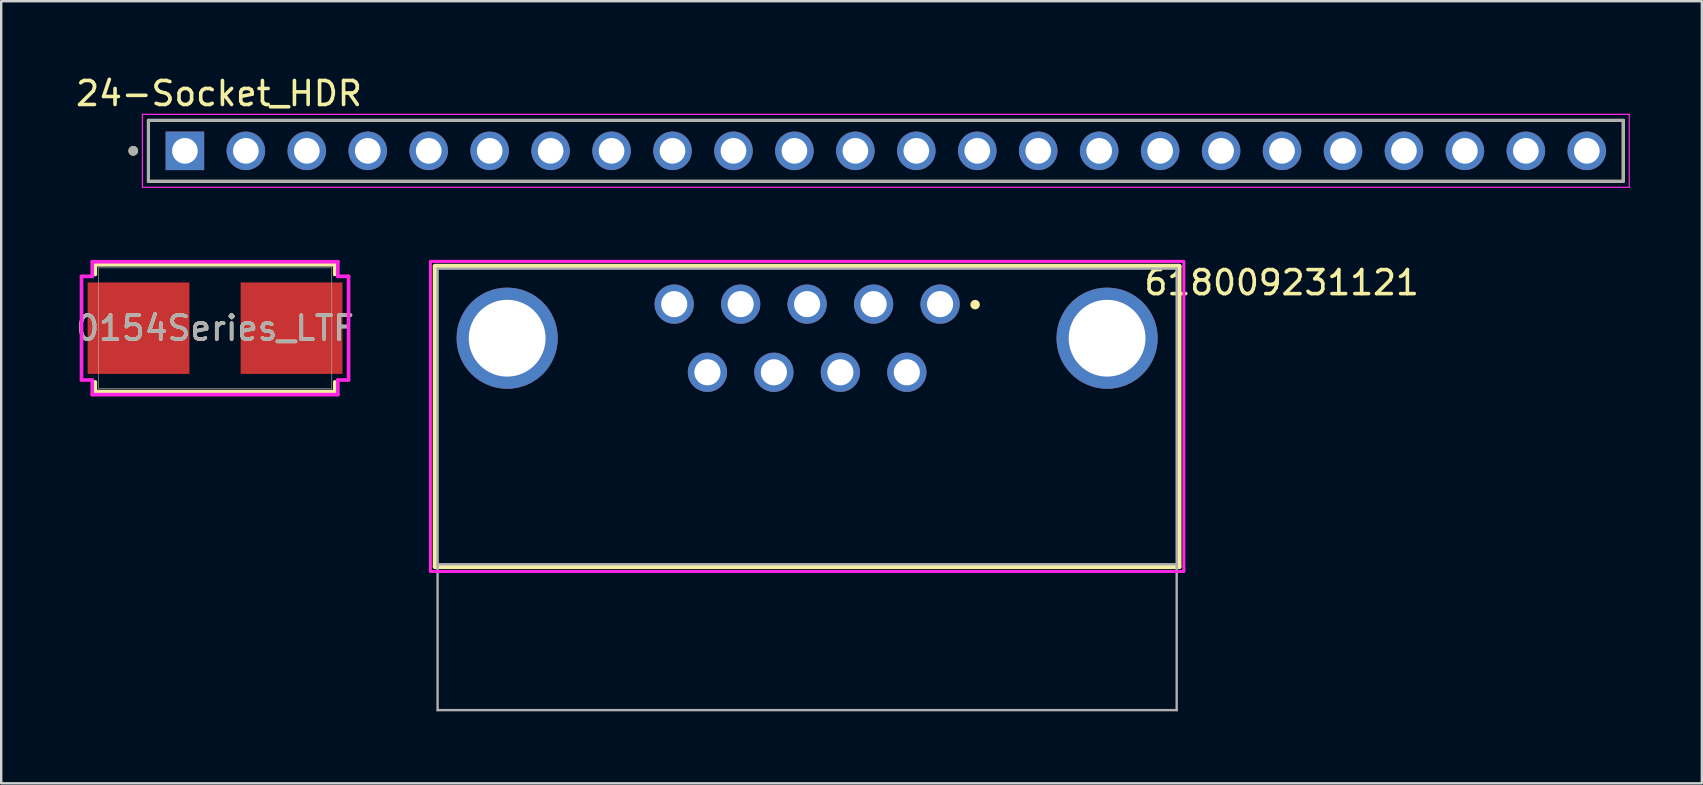
<source format=kicad_pcb>
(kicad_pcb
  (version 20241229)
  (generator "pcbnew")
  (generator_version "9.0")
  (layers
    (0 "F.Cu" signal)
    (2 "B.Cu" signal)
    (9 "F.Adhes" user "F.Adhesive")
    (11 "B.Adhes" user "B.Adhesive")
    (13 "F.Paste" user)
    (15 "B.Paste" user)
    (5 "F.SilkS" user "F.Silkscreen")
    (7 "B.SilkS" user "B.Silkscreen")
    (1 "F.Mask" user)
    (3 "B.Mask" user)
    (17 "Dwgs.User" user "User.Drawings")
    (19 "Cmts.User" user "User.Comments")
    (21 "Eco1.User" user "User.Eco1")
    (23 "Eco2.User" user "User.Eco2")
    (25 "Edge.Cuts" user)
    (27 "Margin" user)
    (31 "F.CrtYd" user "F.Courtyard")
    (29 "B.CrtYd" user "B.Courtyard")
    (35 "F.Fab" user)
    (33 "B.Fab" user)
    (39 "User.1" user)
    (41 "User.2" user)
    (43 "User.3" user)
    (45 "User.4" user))
  (footprint "24-Socket_HDR"
    (layer "F.Cu")
    (at 33.865 3.236)
    (property "Reference" "24-Socket_HDR" (at -27.788 -2.388 0) (layer "F.SilkS") (effects (font (size 1 1) (thickness 0.15))))
    (attr through_hole)
    (fp_line (start -30.73 -1.27) (end -30.73 1.27) (stroke (width 0.127) (type solid)) (layer "F.SilkS"))
    (fp_line (start -30.73 1.27) (end 30.73 1.27) (stroke (width 0.127) (type solid)) (layer "F.SilkS"))
    (fp_line (start 30.73 -1.27) (end -30.73 -1.27) (stroke (width 0.127) (type solid)) (layer "F.SilkS"))
    (fp_line (start 30.73 1.27) (end 30.73 -1.27) (stroke (width 0.127) (type solid)) (layer "F.SilkS"))
    (fp_circle (center -31.363 0) (end -31.262 0) (stroke (width 0.2) (type solid)) (fill no) (layer "F.SilkS"))
    (fp_line (start -30.98 -1.52) (end -30.98 1.52) (stroke (width 0.05) (type solid)) (layer "F.CrtYd"))
    (fp_line (start -30.98 1.52) (end 30.98 1.52) (stroke (width 0.05) (type solid)) (layer "F.CrtYd"))
    (fp_line (start 30.98 -1.52) (end -30.98 -1.52) (stroke (width 0.05) (type solid)) (layer "F.CrtYd"))
    (fp_line (start 30.98 1.52) (end 30.98 -1.52) (stroke (width 0.05) (type solid)) (layer "F.CrtYd"))
    (fp_line (start -30.73 -1.27) (end -30.73 1.27) (stroke (width 0.127) (type solid)) (layer "F.Fab"))
    (fp_line (start -30.73 1.27) (end 30.73 1.27) (stroke (width 0.127) (type solid)) (layer "F.Fab"))
    (fp_line (start 30.73 -1.27) (end -30.73 -1.27) (stroke (width 0.127) (type solid)) (layer "F.Fab"))
    (fp_line (start 30.73 1.27) (end 30.73 -1.27) (stroke (width 0.127) (type solid)) (layer "F.Fab"))
    (fp_circle (center -31.363 0) (end -31.262 0) (stroke (width 0.2) (type solid)) (fill no) (layer "F.Fab"))
    (pad "1" thru_hole rect (at -29.21 0) (size 1.605 1.605) (drill 1.07) (layers "*.Cu" "*.Mask"))
    (pad "2" thru_hole circle (at -26.67 0) (size 1.605 1.605) (drill 1.07) (layers "*.Cu" "*.Mask"))
    (pad "3" thru_hole circle (at -24.13 0) (size 1.605 1.605) (drill 1.07) (layers "*.Cu" "*.Mask"))
    (pad "4" thru_hole circle (at -21.59 0) (size 1.605 1.605) (drill 1.07) (layers "*.Cu" "*.Mask"))
    (pad "5" thru_hole circle (at -19.05 0) (size 1.605 1.605) (drill 1.07) (layers "*.Cu" "*.Mask"))
    (pad "6" thru_hole circle (at -16.51 0) (size 1.605 1.605) (drill 1.07) (layers "*.Cu" "*.Mask"))
    (pad "7" thru_hole circle (at -13.97 0) (size 1.605 1.605) (drill 1.07) (layers "*.Cu" "*.Mask"))
    (pad "8" thru_hole circle (at -11.43 0) (size 1.605 1.605) (drill 1.07) (layers "*.Cu" "*.Mask"))
    (pad "9" thru_hole circle (at -8.89 0) (size 1.605 1.605) (drill 1.07) (layers "*.Cu" "*.Mask"))
    (pad "10" thru_hole circle (at -6.35 0) (size 1.605 1.605) (drill 1.07) (layers "*.Cu" "*.Mask"))
    (pad "11" thru_hole circle (at -3.81 0) (size 1.605 1.605) (drill 1.07) (layers "*.Cu" "*.Mask"))
    (pad "12" thru_hole circle (at -1.27 0) (size 1.605 1.605) (drill 1.07) (layers "*.Cu" "*.Mask"))
    (pad "13" thru_hole circle (at 1.27 0) (size 1.605 1.605) (drill 1.07) (layers "*.Cu" "*.Mask"))
    (pad "14" thru_hole circle (at 3.81 0) (size 1.605 1.605) (drill 1.07) (layers "*.Cu" "*.Mask"))
    (pad "15" thru_hole circle (at 6.35 0) (size 1.605 1.605) (drill 1.07) (layers "*.Cu" "*.Mask"))
    (pad "16" thru_hole circle (at 8.89 0) (size 1.605 1.605) (drill 1.07) (layers "*.Cu" "*.Mask"))
    (pad "17" thru_hole circle (at 11.43 0) (size 1.605 1.605) (drill 1.07) (layers "*.Cu" "*.Mask"))
    (pad "18" thru_hole circle (at 13.97 0) (size 1.605 1.605) (drill 1.07) (layers "*.Cu" "*.Mask"))
    (pad "19" thru_hole circle (at 16.51 0) (size 1.605 1.605) (drill 1.07) (layers "*.Cu" "*.Mask"))
    (pad "20" thru_hole circle (at 19.05 0) (size 1.605 1.605) (drill 1.07) (layers "*.Cu" "*.Mask"))
    (pad "21" thru_hole circle (at 21.59 0) (size 1.605 1.605) (drill 1.07) (layers "*.Cu" "*.Mask"))
    (pad "22" thru_hole circle (at 24.13 0) (size 1.605 1.605) (drill 1.07) (layers "*.Cu" "*.Mask"))
    (pad "23" thru_hole circle (at 26.67 0) (size 1.605 1.605) (drill 1.07) (layers "*.Cu" "*.Mask"))
    (pad "24" thru_hole circle (at 29.21 0) (size 1.605 1.605) (drill 1.07) (layers "*.Cu" "*.Mask")))
  (footprint "0154Series_LTF"
    (layer "F.Cu")
    (at 5.911 10.626)
    (property "Reference" "0154Series_LTF" (at 0 0 0) (unlocked yes) (layer "F.SilkS") (effects (font (size 1 1) (thickness 0.15))))
    (attr smd)
    (fp_line (start -4.991 -2.642) (end -4.991 -2.238) (stroke (width 0.152) (type solid)) (layer "F.SilkS"))
    (fp_line (start -4.991 2.238) (end -4.991 2.642) (stroke (width 0.152) (type solid)) (layer "F.SilkS"))
    (fp_line (start -4.991 2.642) (end 4.991 2.642) (stroke (width 0.152) (type solid)) (layer "F.SilkS"))
    (fp_line (start 4.991 -2.642) (end -4.991 -2.642) (stroke (width 0.152) (type solid)) (layer "F.SilkS"))
    (fp_line (start 4.991 -2.238) (end 4.991 -2.642) (stroke (width 0.152) (type solid)) (layer "F.SilkS"))
    (fp_line (start 4.991 2.642) (end 4.991 2.238) (stroke (width 0.152) (type solid)) (layer "F.SilkS"))
    (fp_line (start -5.563 -2.159) (end -5.118 -2.159) (stroke (width 0.152) (type solid)) (layer "F.CrtYd"))
    (fp_line (start -5.563 2.159) (end -5.563 -2.159) (stroke (width 0.152) (type solid)) (layer "F.CrtYd"))
    (fp_line (start -5.118 -2.769) (end 5.118 -2.769) (stroke (width 0.152) (type solid)) (layer "F.CrtYd"))
    (fp_line (start -5.118 -2.159) (end -5.118 -2.769) (stroke (width 0.152) (type solid)) (layer "F.CrtYd"))
    (fp_line (start -5.118 2.159) (end -5.563 2.159) (stroke (width 0.152) (type solid)) (layer "F.CrtYd"))
    (fp_line (start -5.118 2.769) (end -5.118 2.159) (stroke (width 0.152) (type solid)) (layer "F.CrtYd"))
    (fp_line (start 5.118 -2.769) (end 5.118 -2.159) (stroke (width 0.152) (type solid)) (layer "F.CrtYd"))
    (fp_line (start 5.118 -2.159) (end 5.563 -2.159) (stroke (width 0.152) (type solid)) (layer "F.CrtYd"))
    (fp_line (start 5.118 2.159) (end 5.118 2.769) (stroke (width 0.152) (type solid)) (layer "F.CrtYd"))
    (fp_line (start 5.118 2.769) (end -5.118 2.769) (stroke (width 0.152) (type solid)) (layer "F.CrtYd"))
    (fp_line (start 5.563 -2.159) (end 5.563 2.159) (stroke (width 0.152) (type solid)) (layer "F.CrtYd"))
    (fp_line (start 5.563 2.159) (end 5.118 2.159) (stroke (width 0.152) (type solid)) (layer "F.CrtYd"))
    (fp_line (start -4.864 -2.515) (end -4.864 2.515) (stroke (width 0.025) (type solid)) (layer "F.Fab"))
    (fp_line (start -4.864 2.515) (end 4.864 2.515) (stroke (width 0.025) (type solid)) (layer "F.Fab"))
    (fp_line (start 4.864 -2.515) (end -4.864 -2.515) (stroke (width 0.025) (type solid)) (layer "F.Fab"))
    (fp_line (start 4.864 2.515) (end 4.864 -2.515) (stroke (width 0.025) (type solid)) (layer "F.Fab"))
    (fp_text user "${REFERENCE}" (at 0 0 0) (unlocked yes) (layer "F.Fab") (effects (font (size 1 1) (thickness 0.15))))
    (pad "1" smd rect (at -3.188 0) (size 4.242 3.81) (layers "F.Cu" "F.Mask" "F.Paste"))
    (pad "2" smd rect (at 3.188 0) (size 4.242 3.81) (layers "F.Cu" "F.Mask" "F.Paste"))
    (zone (net_name "") (layer "F.Cu") (hatch full 0.508) (connect_pads) (min_thickness 0.254) (filled_areas_thickness no) (keepout (tracks not_allowed) (vias not_allowed) (pads allowed) (copperpour not_allowed) (footprints allowed)) (placement (enabled no)) (fill) (polygon (pts (xy 1.097 8.162) (xy 10.724 8.162) (xy 10.724 8.67) (xy 1.097 8.67))))
    (zone (net_name "") (layer "F.Cu") (hatch full 0.508) (connect_pads) (min_thickness 0.254) (filled_areas_thickness no) (keepout (tracks not_allowed) (vias not_allowed) (pads allowed) (copperpour not_allowed) (footprints allowed)) (placement (enabled no)) (fill) (polygon (pts (xy 1.097 12.581) (xy 10.724 12.581) (xy 10.724 13.089) (xy 1.097 13.089))))
    (zone (net_name "") (layer "F.Cu") (hatch full 0.508) (connect_pads) (min_thickness 0.254) (filled_areas_thickness no) (keepout (tracks not_allowed) (vias not_allowed) (pads allowed) (copperpour not_allowed) (footprints allowed)) (placement (enabled no)) (fill) (polygon (pts (xy 4.641 8.67) (xy 7.181 8.67) (xy 7.181 12.581) (xy 4.641 12.581)))))
  (footprint "618009231121"
    (layer "F.Cu")
    (at 30.585 17.344)
    (property "Reference" "618009231121" (at 19.775 -8.615 0) (layer "F.SilkS") (effects (font (size 1 1) (thickness 0.15))))
    (attr through_hole)
    (fp_line (start -15.5 -9.3) (end 15.5 -9.3) (stroke (width 0.2) (type solid)) (layer "F.SilkS"))
    (fp_line (start -15.5 3.22) (end -15.5 -9.3) (stroke (width 0.2) (type solid)) (layer "F.SilkS"))
    (fp_line (start 15.5 -9.3) (end 15.5 3.22) (stroke (width 0.2) (type solid)) (layer "F.SilkS"))
    (fp_line (start 15.5 3.22) (end -15.5 3.22) (stroke (width 0.2) (type solid)) (layer "F.SilkS"))
    (fp_circle (center 7 -7.7) (end 7.1 -7.7) (stroke (width 0.2) (type solid)) (fill no) (layer "F.SilkS"))
    (fp_poly (pts (xy -15.7 -9.5) (xy 15.7 -9.5) (xy 15.7 3.42) (xy -15.7 3.42)) (stroke (width 0.127) (type solid)) (fill no) (layer "F.CrtYd"))
    (fp_line (start -15.4 -9.2) (end 15.4 -9.2) (stroke (width 0.1) (type solid)) (layer "F.Fab"))
    (fp_line (start -15.4 3.12) (end -15.4 -9.2) (stroke (width 0.1) (type solid)) (layer "F.Fab"))
    (fp_line (start -15.4 9.2) (end -15.4 3.12) (stroke (width 0.1) (type solid)) (layer "F.Fab"))
    (fp_line (start 15.4 -9.2) (end 15.4 3.12) (stroke (width 0.1) (type solid)) (layer "F.Fab"))
    (fp_line (start 15.4 3.12) (end -15.4 3.12) (stroke (width 0.1) (type solid)) (layer "F.Fab"))
    (fp_line (start 15.4 3.12) (end 15.4 9.2) (stroke (width 0.1) (type solid)) (layer "F.Fab"))
    (fp_line (start 15.4 9.2) (end -15.4 9.2) (stroke (width 0.1) (type solid)) (layer "F.Fab"))
    (pad "1" thru_hole circle (at 5.54 -7.72) (size 1.635 1.635) (drill 1.09) (layers "*.Cu" "*.Mask"))
    (pad "2" thru_hole circle (at 2.77 -7.72) (size 1.635 1.635) (drill 1.09) (layers "*.Cu" "*.Mask"))
    (pad "3" thru_hole circle (at 0 -7.72) (size 1.635 1.635) (drill 1.09) (layers "*.Cu" "*.Mask"))
    (pad "4" thru_hole circle (at -2.77 -7.72) (size 1.635 1.635) (drill 1.09) (layers "*.Cu" "*.Mask"))
    (pad "5" thru_hole circle (at -5.54 -7.72) (size 1.635 1.635) (drill 1.09) (layers "*.Cu" "*.Mask"))
    (pad "6" thru_hole circle (at 4.155 -4.88) (size 1.635 1.635) (drill 1.09) (layers "*.Cu" "*.Mask"))
    (pad "7" thru_hole circle (at 1.385 -4.88) (size 1.635 1.635) (drill 1.09) (layers "*.Cu" "*.Mask"))
    (pad "8" thru_hole circle (at -1.385 -4.88) (size 1.635 1.635) (drill 1.09) (layers "*.Cu" "*.Mask"))
    (pad "9" thru_hole circle (at -4.155 -4.88) (size 1.635 1.635) (drill 1.09) (layers "*.Cu" "*.Mask"))
    (pad "S1" thru_hole circle (at -12.5 -6.3) (size 4.216 4.216) (drill 3.2) (layers "*.Cu" "*.Mask"))
    (pad "S2" thru_hole circle (at 12.5 -6.3) (size 4.216 4.216) (drill 3.2) (layers "*.Cu" "*.Mask")))
  (gr_rect
    (start -3 -3)
    (end 67.87 29.594)
    (stroke (width 0.1) (type default))
    (fill no)
    (layer "Edge.Cuts")))
</source>
